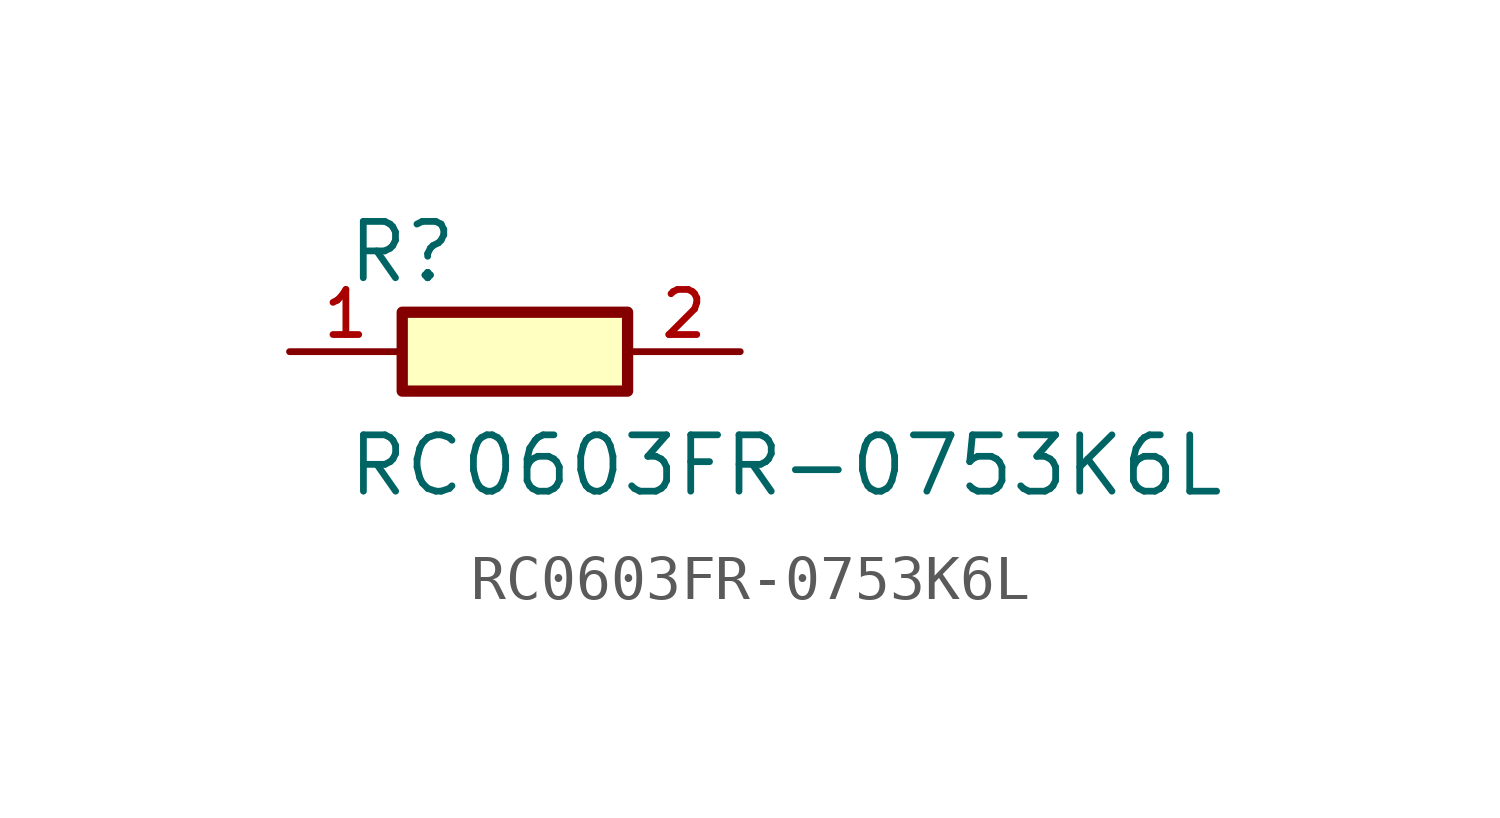
<source format=kicad_sym>
(kicad_symbol_lib
  (version 20211014)
  (generator kicad_symbol_editor)
  (symbol "RC0603FR-0753K6L"
    (pin_names
      (offset 1.016))
    (property "Reference" "R"
      (at -3.82 1.503 0)
      (effects (font (size 1.27 1.27)) (justify bottom left)))
    (property "Value" "RC0603FR-0753K6L"
      (at -3.817 -3.308 0)
      (effects (font (size 1.27 1.27)) (justify bottom left)))
    (symbol "RC0603FR-0753K6L_0_0"
      (rectangle (start -2.54 -0.889) (end 2.54 0.889) (stroke (width 0.254)) (fill (type background)))
      (pin passive line (at 5.08 0.0 180.0) (length 2.54) (name "~" (effects (font (size 1.016 1.016)))) (number "2" (effects (font (size 1.016 1.016)))))
      (pin passive line (at -5.08 0.0 0) (length 2.54) (name "~" (effects (font (size 1.016 1.016)))) (number "1" (effects (font (size 1.016 1.016))))))))
</source>
